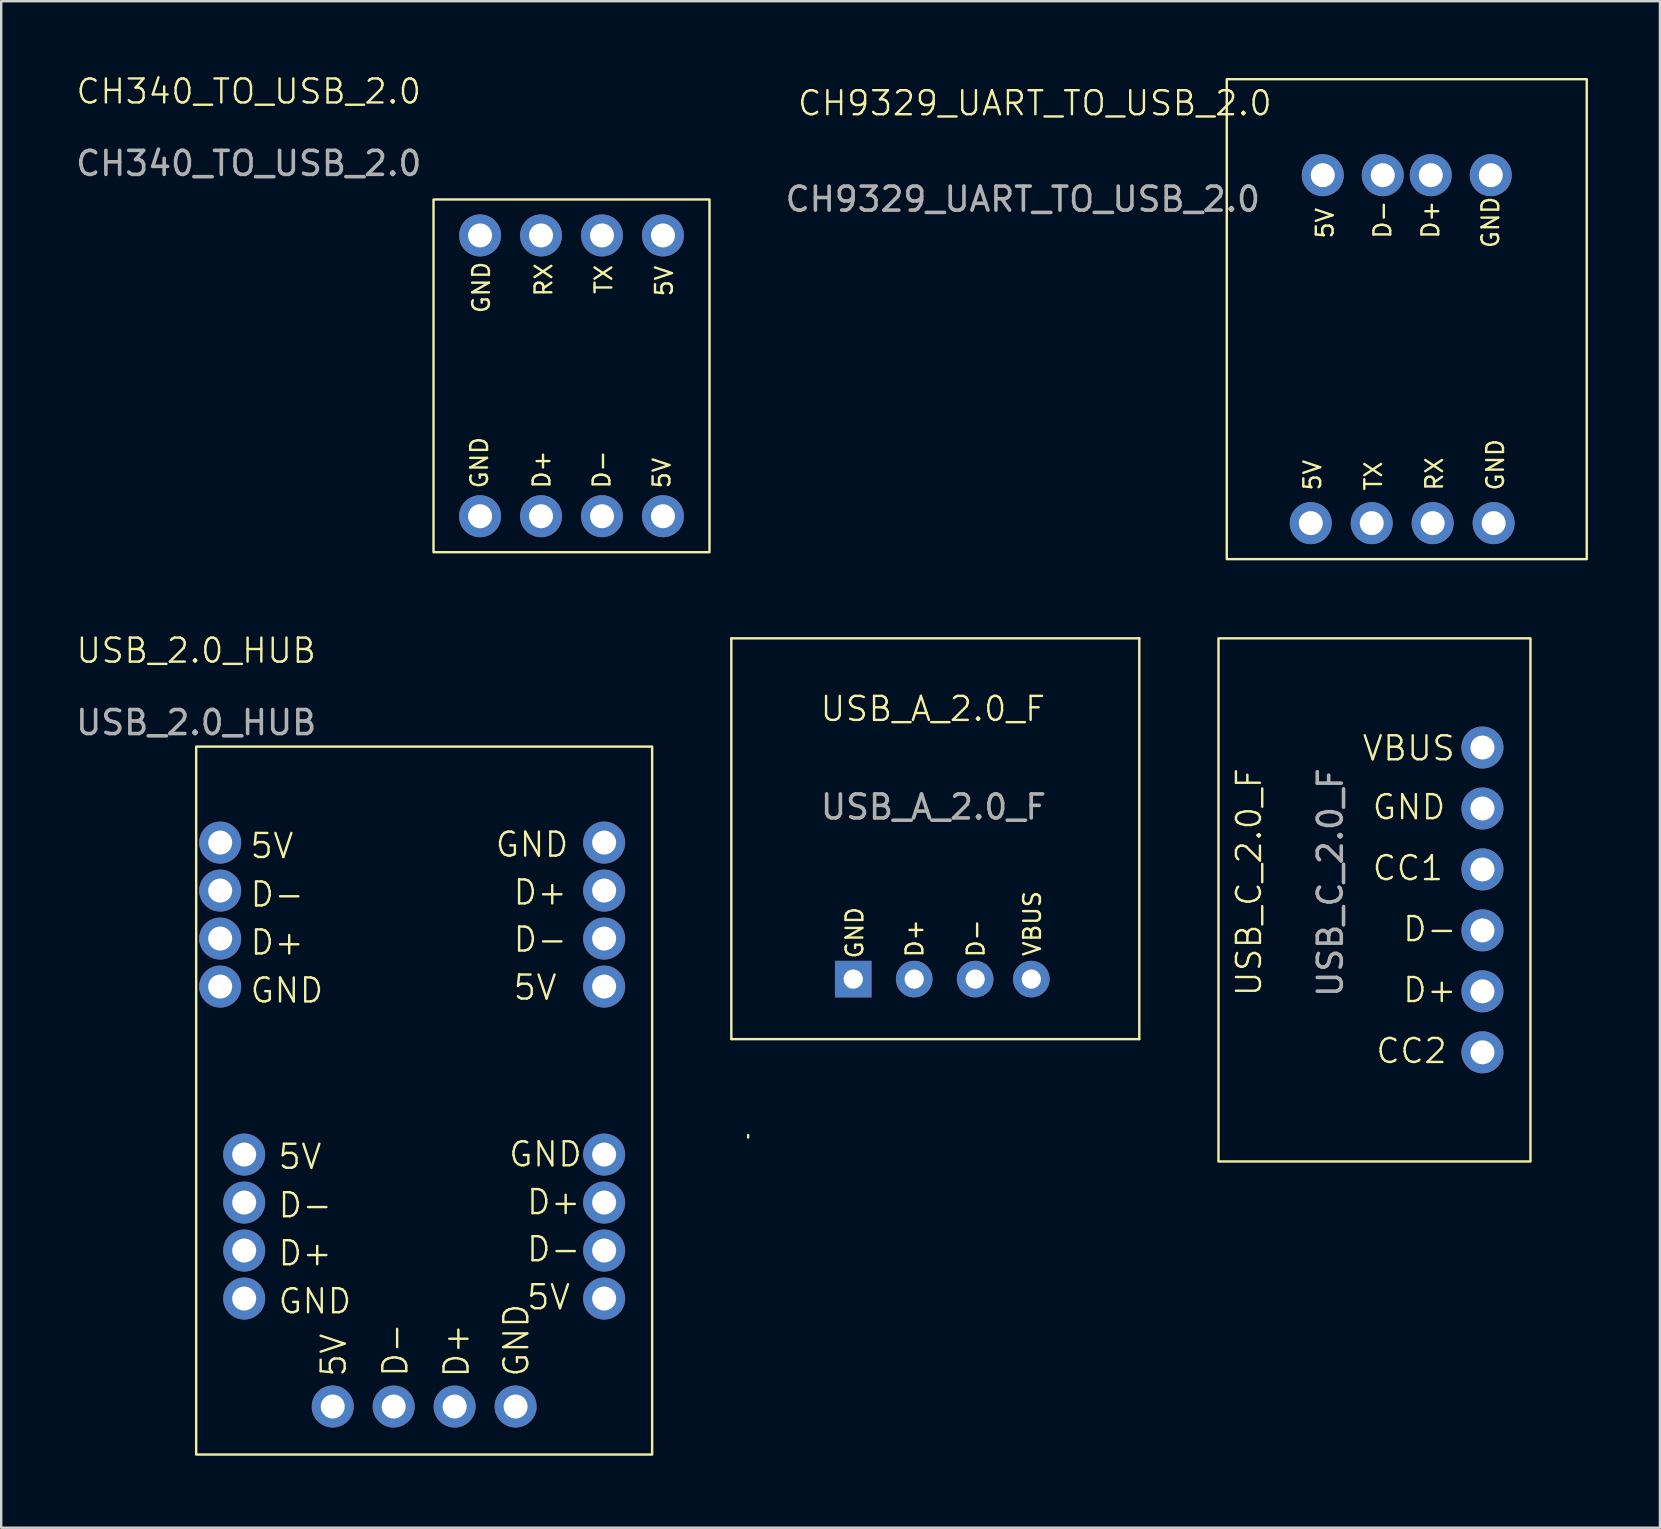
<source format=kicad_pcb>
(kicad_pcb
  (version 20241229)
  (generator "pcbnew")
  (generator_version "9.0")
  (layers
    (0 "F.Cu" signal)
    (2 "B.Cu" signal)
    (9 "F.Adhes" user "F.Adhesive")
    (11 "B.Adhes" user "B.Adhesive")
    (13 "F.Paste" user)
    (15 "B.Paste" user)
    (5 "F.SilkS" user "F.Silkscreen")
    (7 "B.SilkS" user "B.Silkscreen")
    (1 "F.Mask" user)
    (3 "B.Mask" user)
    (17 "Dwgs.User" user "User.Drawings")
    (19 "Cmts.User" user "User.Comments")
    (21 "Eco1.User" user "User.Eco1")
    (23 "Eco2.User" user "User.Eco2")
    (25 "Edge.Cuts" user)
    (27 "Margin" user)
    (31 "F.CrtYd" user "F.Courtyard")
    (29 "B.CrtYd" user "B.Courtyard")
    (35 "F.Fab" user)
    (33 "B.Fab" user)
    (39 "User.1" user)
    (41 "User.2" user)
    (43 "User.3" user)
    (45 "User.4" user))
  (footprint "USB_2.0_HUB"
    (layer "F.Cu")
    (at 5.125 28.061)
    (property "Reference" "USB_2.0_HUB" (at 0 -4 0) (unlocked yes) (layer "F.SilkS") (effects (font (size 1 1) (thickness 0.1))))
    (attr smd)
    (fp_rect (start 0 0) (end 19 29.5) (stroke (width 0.1) (type default)) (fill no) (layer "F.SilkS"))
    (fp_text user "D+" (at 3.358 21.697 0) (unlocked yes) (layer "F.SilkS") (effects (font (size 1 1) (thickness 0.1)) (justify left bottom)))
    (fp_text user "GND" (at 3.358 23.697 0) (unlocked yes) (layer "F.SilkS") (effects (font (size 1 1) (thickness 0.1)) (justify left bottom)))
    (fp_text user "D-" (at 8.882 26.328 90) (unlocked yes) (layer "F.SilkS") (effects (font (size 1 1) (thickness 0.1)) (justify left bottom)))
    (fp_text user "D+" (at 13.712 19.565 0) (unlocked yes) (layer "F.SilkS") (effects (font (size 1 1) (thickness 0.1)) (justify left bottom)))
    (fp_text user "D-" (at 2.191 6.746 0) (unlocked yes) (layer "F.SilkS") (effects (font (size 1 1) (thickness 0.1)) (justify left bottom)))
    (fp_text user "D-" (at 3.358 19.697 0) (unlocked yes) (layer "F.SilkS") (effects (font (size 1 1) (thickness 0.1)) (justify left bottom)))
    (fp_text user "GND" (at 2.191 10.746 0) (unlocked yes) (layer "F.SilkS") (effects (font (size 1 1) (thickness 0.1)) (justify left bottom)))
    (fp_text user "5V" (at 3.353 17.677 0) (unlocked yes) (layer "F.SilkS") (effects (font (size 1 1) (thickness 0.1)) (justify left bottom)))
    (fp_text user "5V" (at 6.315 26.328 90) (unlocked yes) (layer "F.SilkS") (effects (font (size 1 1) (thickness 0.1)) (justify left bottom)))
    (fp_text user "5V" (at 13.713 23.529 0) (unlocked yes) (layer "F.SilkS") (effects (font (size 1 1) (thickness 0.1)) (justify left bottom)))
    (fp_text user "5V" (at 13.153 10.625 0) (unlocked yes) (layer "F.SilkS") (effects (font (size 1 1) (thickness 0.1)) (justify left bottom)))
    (fp_text user "D+" (at 2.191 8.746 0) (unlocked yes) (layer "F.SilkS") (effects (font (size 1 1) (thickness 0.1)) (justify left bottom)))
    (fp_text user "GND" (at 13.923 26.328 90) (unlocked yes) (layer "F.SilkS") (effects (font (size 1 1) (thickness 0.1)) (justify left bottom)))
    (fp_text user "D+" (at 13.152 6.661 0) (unlocked yes) (layer "F.SilkS") (effects (font (size 1 1) (thickness 0.1)) (justify left bottom)))
    (fp_text user "GND" (at 12.405 4.67 0) (unlocked yes) (layer "F.SilkS") (effects (font (size 1 1) (thickness 0.1)) (justify left bottom)))
    (fp_text user "D-" (at 13.713 21.529 0) (unlocked yes) (layer "F.SilkS") (effects (font (size 1 1) (thickness 0.1)) (justify left bottom)))
    (fp_text user "5V" (at 2.186 4.726 0) (unlocked yes) (layer "F.SilkS") (effects (font (size 1 1) (thickness 0.1)) (justify left bottom)))
    (fp_text user "D-" (at 13.153 8.625 0) (unlocked yes) (layer "F.SilkS") (effects (font (size 1 1) (thickness 0.1)) (justify left bottom)))
    (fp_text user "D+" (at 11.434 26.359 90) (unlocked yes) (layer "F.SilkS") (effects (font (size 1 1) (thickness 0.1)) (justify left bottom)))
    (fp_text user "GND" (at 12.965 17.574 0) (unlocked yes) (layer "F.SilkS") (effects (font (size 1 1) (thickness 0.1)) (justify left bottom)))
    (fp_text user "${REFERENCE}" (at 0 -1 0) (unlocked yes) (layer "F.Fab") (effects (font (size 1 1) (thickness 0.15))))
    (pad "1" thru_hole circle (at 17 4) (size 1.75 1.75) (drill 1) (layers "*.Cu" "*.Mask"))
    (pad "2" thru_hole circle (at 17 6) (size 1.75 1.75) (drill 1) (layers "*.Cu" "*.Mask"))
    (pad "3" thru_hole circle (at 17 8) (size 1.75 1.75) (drill 1) (layers "*.Cu" "*.Mask"))
    (pad "4" thru_hole circle (at 17 10) (size 1.75 1.75) (drill 1) (layers "*.Cu" "*.Mask"))
    (pad "5" thru_hole circle (at 17 17) (size 1.75 1.75) (drill 1) (layers "*.Cu" "*.Mask"))
    (pad "6" thru_hole circle (at 17 19) (size 1.75 1.75) (drill 1) (layers "*.Cu" "*.Mask"))
    (pad "7" thru_hole circle (at 17 21) (size 1.75 1.75) (drill 1) (layers "*.Cu" "*.Mask"))
    (pad "8" thru_hole circle (at 17 23) (size 1.75 1.75) (drill 1) (layers "*.Cu" "*.Mask"))
    (pad "9" thru_hole circle (at 13.31 27.5) (size 1.75 1.75) (drill 1) (layers "*.Cu" "*.Mask"))
    (pad "10" thru_hole circle (at 10.77 27.5) (size 1.75 1.75) (drill 1) (layers "*.Cu" "*.Mask"))
    (pad "11" thru_hole circle (at 8.23 27.5) (size 1.75 1.75) (drill 1) (layers "*.Cu" "*.Mask"))
    (pad "12" thru_hole circle (at 5.69 27.5) (size 1.75 1.75) (drill 1) (layers "*.Cu" "*.Mask"))
    (pad "13" thru_hole circle (at 2 23) (size 1.75 1.75) (drill 1) (layers "*.Cu" "*.Mask"))
    (pad "14" thru_hole circle (at 2 21) (size 1.75 1.75) (drill 1) (layers "*.Cu" "*.Mask"))
    (pad "15" thru_hole circle (at 2 19) (size 1.75 1.75) (drill 1) (layers "*.Cu" "*.Mask"))
    (pad "16" thru_hole circle (at 2 17) (size 1.75 1.75) (drill 1) (layers "*.Cu" "*.Mask"))
    (pad "17" thru_hole circle (at 1 10) (size 1.75 1.75) (drill 1) (layers "*.Cu" "*.Mask"))
    (pad "18" thru_hole circle (at 1 8) (size 1.75 1.75) (drill 1) (layers "*.Cu" "*.Mask"))
    (pad "19" thru_hole circle (at 1 6) (size 1.75 1.75) (drill 1) (layers "*.Cu" "*.Mask"))
    (pad "20" thru_hole circle (at 1 4) (size 1.75 1.75) (drill 1) (layers "*.Cu" "*.Mask")))
  (footprint "USB_A_2.0_F"
    (layer "F.Cu")
    (at 27.425 23.55)
    (property "Reference" "USB_A_2.0_F" (at 8.4 2.939 0) (unlocked yes) (layer "F.SilkS") (effects (font (size 1 1) (thickness 0.1))))
    (attr smd)
    (fp_line (start 0 0) (end 17 0) (stroke (width 0.1) (type default)) (layer "F.SilkS"))
    (fp_line (start 0 16.7) (end 0 0) (stroke (width 0.1) (type default)) (layer "F.SilkS"))
    (fp_line (start 17 0) (end 17 16.7) (stroke (width 0.1) (type default)) (layer "F.SilkS"))
    (fp_line (start 17 16.7) (end 0 16.7) (stroke (width 0.1) (type default)) (layer "F.SilkS"))
    (fp_rect (start 0.7 20.7) (end 0.7 20.8) (stroke (width 0.1) (type default)) (fill no) (layer "F.SilkS"))
    (fp_text user "GND" (at 5.55 13.4 90) (unlocked yes) (layer "F.SilkS") (effects (font (size 0.7 0.7) (thickness 0.1)) (justify left bottom)))
    (fp_text user "VBUS" (at 12.95 13.3 90) (unlocked yes) (layer "F.SilkS") (effects (font (size 0.7 0.7) (thickness 0.1)) (justify left bottom)))
    (fp_text user "D+" (at 8.05 13.35 90) (unlocked yes) (layer "F.SilkS") (effects (font (size 0.7 0.7) (thickness 0.1)) (justify left bottom)))
    (fp_text user "D-" (at 10.6 13.35 90) (unlocked yes) (layer "F.SilkS") (effects (font (size 0.7 0.7) (thickness 0.1)) (justify left bottom)))
    (fp_text user "${REFERENCE}" (at 8.425 7.028 0) (unlocked yes) (layer "F.Fab") (effects (font (size 1 1) (thickness 0.15))))
    (pad "1" thru_hole rect (at 5.08 14.2) (size 1.524 1.524) (drill 0.8) (layers "*.Cu" "*.Mask"))
    (pad "2" thru_hole circle (at 7.62 14.2) (size 1.524 1.524) (drill 0.8) (layers "*.Cu" "*.Mask"))
    (pad "3" thru_hole circle (at 10.16 14.2) (size 1.524 1.524) (drill 0.8) (layers "*.Cu" "*.Mask"))
    (pad "4" thru_hole circle (at 12.5 14.2) (size 1.524 1.524) (drill 0.8) (layers "*.Cu" "*.Mask"))
    (zone (net_name "") (layer "F.SilkS") (hatch edge 0.5) (connect_pads) (min_thickness 0.25) (filled_areas_thickness no) (keepout (tracks allowed) (vias allowed) (pads not_allowed) (copperpour allowed) (footprints not_allowed)) (placement (enabled no)) (fill) (polygon (pts (xy 27.425 23.55) (xy 44.425 23.55) (xy 44.425 40.25) (xy 27.425 40.25)))))
  (footprint "USB_C_2.0_F"
    (layer "F.Cu")
    (at 47.725 23.55)
    (property "Reference" "USB_C_2.0_F" (at 1.27 10.16 90) (unlocked yes) (layer "F.SilkS") (effects (font (size 1 1) (thickness 0.1))))
    (attr smd)
    (fp_rect (start 0 0) (end 13 21.8) (stroke (width 0.1) (type default)) (fill no) (layer "F.SilkS"))
    (fp_text user "VBUS" (at 5.933 5.167 0) (unlocked yes) (layer "F.SilkS") (effects (font (size 1 1) (thickness 0.1)) (justify left bottom)))
    (fp_text user "GND" (at 6.35 7.62 0) (unlocked yes) (layer "F.SilkS") (effects (font (size 1 1) (thickness 0.1)) (justify left bottom)))
    (fp_text user "D-" (at 7.62 12.7 0) (unlocked yes) (layer "F.SilkS") (effects (font (size 1 1) (thickness 0.1)) (justify left bottom)))
    (fp_text user "CC1" (at 6.35 10.16 0) (unlocked yes) (layer "F.SilkS") (effects (font (size 1 1) (thickness 0.1)) (justify left bottom)))
    (fp_text user "CC2" (at 6.5 17.78 0) (unlocked yes) (layer "F.SilkS") (effects (font (size 1 1) (thickness 0.1)) (justify left bottom)))
    (fp_text user "D+" (at 7.62 15.24 0) (unlocked yes) (layer "F.SilkS") (effects (font (size 1 1) (thickness 0.1)) (justify left bottom)))
    (fp_text user "${REFERENCE}" (at 4.661 10.177 90) (unlocked yes) (layer "F.Fab") (effects (font (size 1 1) (thickness 0.15))))
    (pad "1" thru_hole circle (at 11 4.55) (size 1.75 1.75) (drill 1) (layers "*.Cu" "*.Mask"))
    (pad "2" thru_hole circle (at 11 7.09) (size 1.75 1.75) (drill 1) (layers "*.Cu" "*.Mask"))
    (pad "3" thru_hole circle (at 11 9.63) (size 1.75 1.75) (drill 1) (layers "*.Cu" "*.Mask"))
    (pad "4" thru_hole circle (at 11 12.17) (size 1.75 1.75) (drill 1) (layers "*.Cu" "*.Mask"))
    (pad "5" thru_hole circle (at 11 14.71) (size 1.75 1.75) (drill 1) (layers "*.Cu" "*.Mask"))
    (pad "6" thru_hole circle (at 11 17.25) (size 1.75 1.75) (drill 1) (layers "*.Cu" "*.Mask")))
  (footprint "CH9329_UART_TO_USB_2.0"
    (layer "F.Cu")
    (at 48.071 0.25)
    (property "Reference" "CH9329_UART_TO_USB_2.0" (at -8 1 0) (unlocked yes) (layer "F.SilkS") (effects (font (size 1 1) (thickness 0.1))))
    (attr smd)
    (fp_rect (start 0 0) (end 15 20) (stroke (width 0.1) (type default)) (fill no) (layer "F.SilkS"))
    (fp_text user "GND" (at 11.6 17.2 90) (unlocked yes) (layer "F.SilkS") (effects (font (size 0.7 0.7) (thickness 0.1)) (justify left bottom)))
    (fp_text user "5V" (at 3.98 17.2 90) (unlocked yes) (layer "F.SilkS") (effects (font (size 0.7 0.7) (thickness 0.1)) (justify left bottom)))
    (fp_text user "GND" (at 11.4 7.1 90) (unlocked yes) (layer "F.SilkS") (effects (font (size 0.7 0.7) (thickness 0.1)) (justify left bottom)))
    (fp_text user "D-" (at 6.9 6.7 90) (unlocked yes) (layer "F.SilkS") (effects (font (size 0.7 0.7) (thickness 0.1)) (justify left bottom)))
    (fp_text user "RX" (at 9.06 17.2 90) (unlocked yes) (layer "F.SilkS") (effects (font (size 0.7 0.7) (thickness 0.1)) (justify left bottom)))
    (fp_text user "TX" (at 6.52 17.2 90) (unlocked yes) (layer "F.SilkS") (effects (font (size 0.7 0.7) (thickness 0.1)) (justify left bottom)))
    (fp_text user "5V" (at 4.5 6.7 90) (unlocked yes) (layer "F.SilkS") (effects (font (size 0.7 0.7) (thickness 0.1)) (justify left bottom)))
    (fp_text user "D+" (at 8.9 6.7 90) (unlocked yes) (layer "F.SilkS") (effects (font (size 0.7 0.7) (thickness 0.1)) (justify left bottom)))
    (fp_text user "${REFERENCE}" (at -8.5 5 0) (unlocked yes) (layer "F.Fab") (effects (font (size 1 1) (thickness 0.15))))
    (pad "1" thru_hole circle (at 4 4) (size 1.75 1.75) (drill 1) (layers "*.Cu" "*.Mask"))
    (pad "2" thru_hole circle (at 6.5 4) (size 1.75 1.75) (drill 1) (layers "*.Cu" "*.Mask"))
    (pad "3" thru_hole circle (at 8.5 4) (size 1.75 1.75) (drill 1) (layers "*.Cu" "*.Mask"))
    (pad "4" thru_hole circle (at 11 4) (size 1.75 1.75) (drill 1) (layers "*.Cu" "*.Mask"))
    (pad "5" thru_hole circle (at 3.5 18.5) (size 1.75 1.75) (drill 1) (layers "*.Cu" "*.Mask"))
    (pad "6" thru_hole circle (at 6.04 18.5) (size 1.75 1.75) (drill 1) (layers "*.Cu" "*.Mask"))
    (pad "7" thru_hole circle (at 8.58 18.5) (size 1.75 1.75) (drill 1) (layers "*.Cu" "*.Mask"))
    (pad "8" thru_hole circle (at 11.12 18.5) (size 1.75 1.75) (drill 1) (layers "*.Cu" "*.Mask")))
  (footprint "CH340_TO_USB_2.0"
    (layer "F.Cu")
    (at 15.015 5.261)
    (property "Reference" "CH340_TO_USB_2.0" (at -7.7 -4.5 0) (unlocked yes) (layer "F.SilkS") (effects (font (size 1 1) (thickness 0.1))))
    (attr smd)
    (fp_rect (start 0 0) (end 11.5 14.7) (stroke (width 0.1) (type default)) (fill no) (layer "F.SilkS"))
    (fp_text user "5V" (at 9.92 12.1 90) (unlocked yes) (layer "F.SilkS") (effects (font (size 0.7 0.7) (thickness 0.1)) (justify left bottom)))
    (fp_text user "GND" (at 2.32 12.1 90) (unlocked yes) (layer "F.SilkS") (effects (font (size 0.7 0.7) (thickness 0.1)) (justify left bottom)))
    (fp_text user "D-" (at 7.42 12.1 90) (unlocked yes) (layer "F.SilkS") (effects (font (size 0.7 0.7) (thickness 0.1)) (justify left bottom)))
    (fp_text user "D+" (at 4.92 12.1 90) (unlocked yes) (layer "F.SilkS") (effects (font (size 0.7 0.7) (thickness 0.1)) (justify left bottom)))
    (fp_text user "GND" (at 2.4 4.8 90) (unlocked yes) (layer "F.SilkS") (effects (font (size 0.7 0.7) (thickness 0.1)) (justify left bottom)))
    (fp_text user "TX" (at 7.5 4 90) (unlocked yes) (layer "F.SilkS") (effects (font (size 0.7 0.7) (thickness 0.1)) (justify left bottom)))
    (fp_text user "RX" (at 5 4.1 90) (unlocked yes) (layer "F.SilkS") (effects (font (size 0.7 0.7) (thickness 0.1)) (justify left bottom)))
    (fp_text user "5V" (at 10.02 4.1 90) (unlocked yes) (layer "F.SilkS") (effects (font (size 0.7 0.7) (thickness 0.1)) (justify left bottom)))
    (fp_text user "${REFERENCE}" (at -7.7 -1.5 0) (unlocked yes) (layer "F.Fab") (effects (font (size 1 1) (thickness 0.15))))
    (pad "1" thru_hole circle (at 1.94 1.5) (size 1.75 1.75) (drill 1) (layers "*.Cu" "*.Mask"))
    (pad "2" thru_hole circle (at 4.48 1.5) (size 1.75 1.75) (drill 1) (layers "*.Cu" "*.Mask"))
    (pad "3" thru_hole circle (at 7.02 1.5) (size 1.75 1.75) (drill 1) (layers "*.Cu" "*.Mask"))
    (pad "4" thru_hole circle (at 9.56 1.5) (size 1.75 1.75) (drill 1) (layers "*.Cu" "*.Mask"))
    (pad "5" thru_hole circle (at 1.94 13.2) (size 1.75 1.75) (drill 1) (layers "*.Cu" "*.Mask"))
    (pad "6" thru_hole circle (at 4.48 13.2) (size 1.75 1.75) (drill 1) (layers "*.Cu" "*.Mask"))
    (pad "7" thru_hole circle (at 7.02 13.2) (size 1.75 1.75) (drill 1) (layers "*.Cu" "*.Mask"))
    (pad "8" thru_hole circle (at 9.56 13.2) (size 1.75 1.75) (drill 1) (layers "*.Cu" "*.Mask")))
  (gr_rect
    (start -3 -3)
    (end 66.121 60.611)
    (stroke (width 0.1) (type default))
    (fill no)
    (layer "Edge.Cuts")))
</source>
